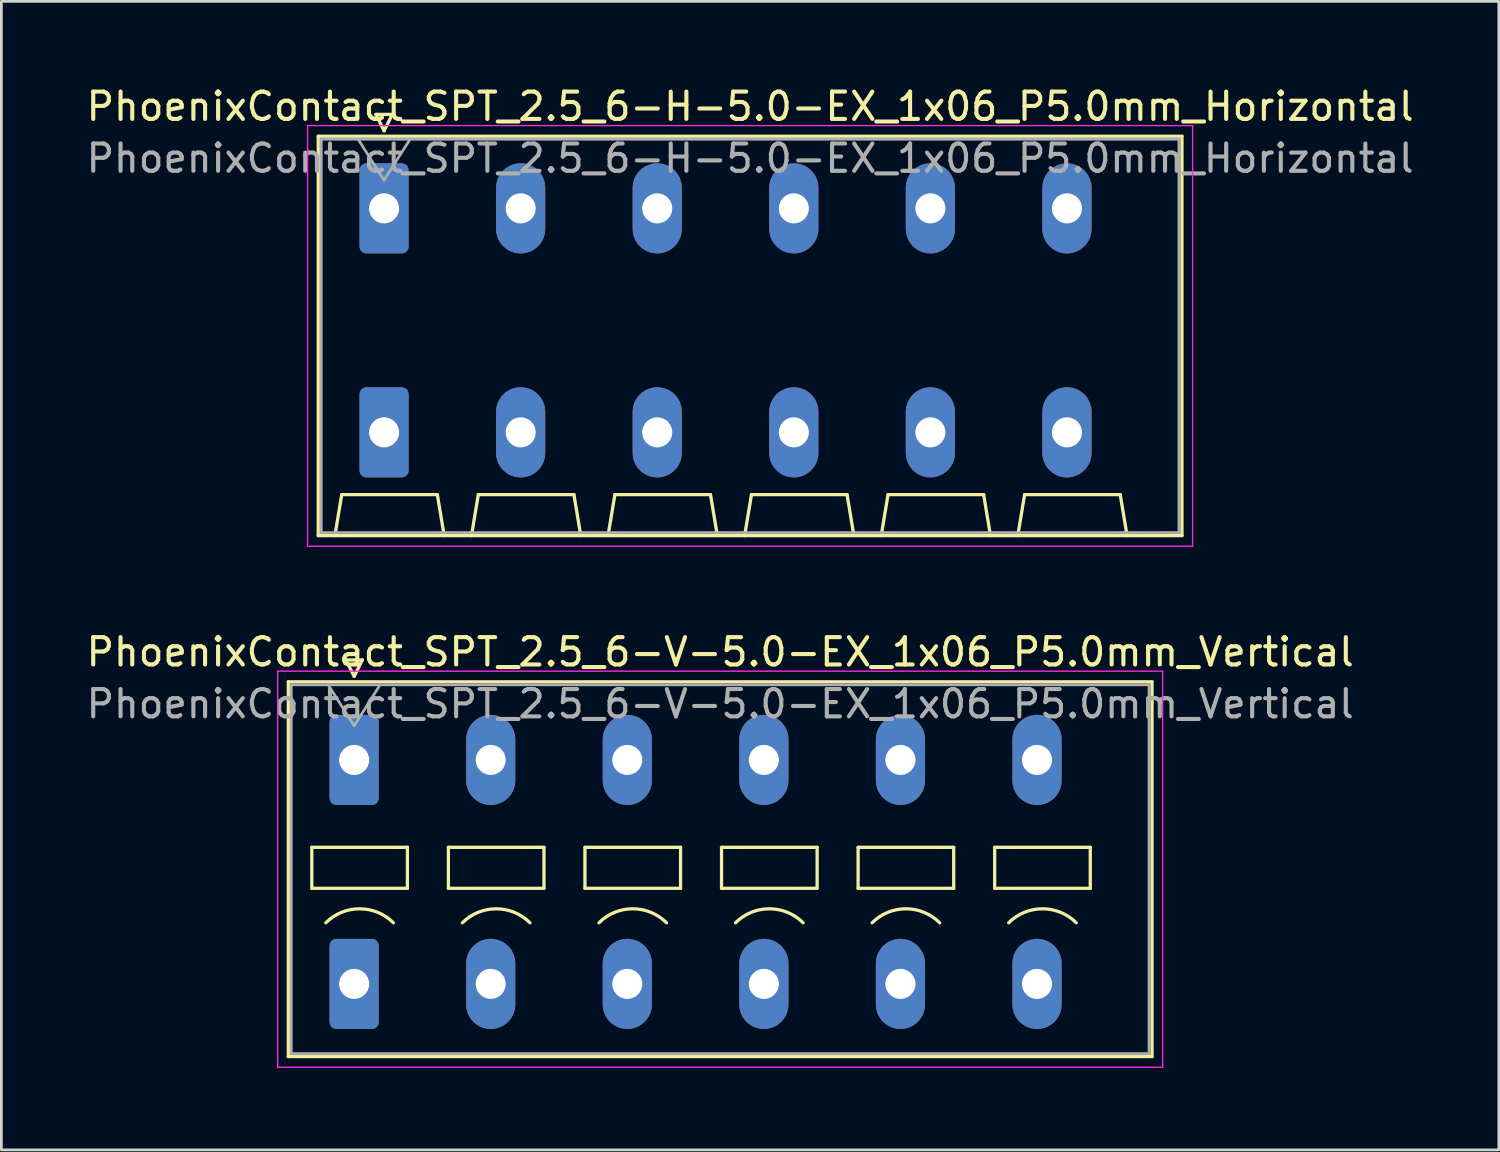
<source format=kicad_pcb>
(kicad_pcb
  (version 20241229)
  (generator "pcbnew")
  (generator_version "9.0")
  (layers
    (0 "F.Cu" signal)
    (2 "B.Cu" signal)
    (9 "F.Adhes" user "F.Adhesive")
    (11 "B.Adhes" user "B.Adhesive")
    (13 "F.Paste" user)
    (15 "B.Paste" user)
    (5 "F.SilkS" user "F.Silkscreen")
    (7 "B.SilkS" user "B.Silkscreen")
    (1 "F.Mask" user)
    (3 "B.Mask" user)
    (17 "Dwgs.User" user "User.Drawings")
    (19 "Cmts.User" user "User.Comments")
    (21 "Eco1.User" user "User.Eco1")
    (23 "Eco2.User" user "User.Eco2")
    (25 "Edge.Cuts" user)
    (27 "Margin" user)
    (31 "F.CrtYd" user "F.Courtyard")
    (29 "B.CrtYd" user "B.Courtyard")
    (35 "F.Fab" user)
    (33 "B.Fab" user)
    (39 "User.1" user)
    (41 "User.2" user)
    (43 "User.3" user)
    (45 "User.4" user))
  (footprint "PhoenixContact_SPT_2.5_6-H-5.0-EX_1x06_P5.0mm_Horizontal"
    (layer "F.Cu")
    (at 11.011 4.578)
    (property "Reference" "PhoenixContact_SPT_2.5_6-H-5.0-EX_1x06_P5.0mm_Horizontal" (at 13.4 -3.73 0) (layer "F.SilkS") (effects (font (size 1 1) (thickness 0.15))))
    (attr through_hole)
    (fp_line (start -2.41 -2.64) (end 29.21 -2.64) (stroke (width 0.12) (type solid)) (layer "F.SilkS"))
    (fp_line (start -2.41 11.98) (end -2.41 -2.64) (stroke (width 0.12) (type solid)) (layer "F.SilkS"))
    (fp_line (start -1.8 11.98) (end -1.55 10.48) (stroke (width 0.12) (type solid)) (layer "F.SilkS"))
    (fp_line (start -1.55 10.48) (end 1.95 10.48) (stroke (width 0.12) (type solid)) (layer "F.SilkS"))
    (fp_line (start -0.3 -3.44) (end 0 -2.84) (stroke (width 0.12) (type solid)) (layer "F.SilkS"))
    (fp_line (start -0.3 -3.44) (end 0.3 -3.44) (stroke (width 0.12) (type solid)) (layer "F.SilkS"))
    (fp_line (start 0.3 -3.44) (end 0 -2.84) (stroke (width 0.12) (type solid)) (layer "F.SilkS"))
    (fp_line (start 2.2 11.98) (end 1.95 10.48) (stroke (width 0.12) (type solid)) (layer "F.SilkS"))
    (fp_line (start 3.2 11.98) (end 3.45 10.48) (stroke (width 0.12) (type solid)) (layer "F.SilkS"))
    (fp_line (start 3.45 10.48) (end 6.95 10.48) (stroke (width 0.12) (type solid)) (layer "F.SilkS"))
    (fp_line (start 7.2 11.98) (end 6.95 10.48) (stroke (width 0.12) (type solid)) (layer "F.SilkS"))
    (fp_line (start 8.2 11.98) (end 8.45 10.48) (stroke (width 0.12) (type solid)) (layer "F.SilkS"))
    (fp_line (start 8.45 10.48) (end 11.95 10.48) (stroke (width 0.12) (type solid)) (layer "F.SilkS"))
    (fp_line (start 12.2 11.98) (end 11.95 10.48) (stroke (width 0.12) (type solid)) (layer "F.SilkS"))
    (fp_line (start 13.2 11.98) (end 13.45 10.48) (stroke (width 0.12) (type solid)) (layer "F.SilkS"))
    (fp_line (start 13.45 10.48) (end 16.95 10.48) (stroke (width 0.12) (type solid)) (layer "F.SilkS"))
    (fp_line (start 17.2 11.98) (end 16.95 10.48) (stroke (width 0.12) (type solid)) (layer "F.SilkS"))
    (fp_line (start 18.2 11.98) (end 18.45 10.48) (stroke (width 0.12) (type solid)) (layer "F.SilkS"))
    (fp_line (start 18.45 10.48) (end 21.95 10.48) (stroke (width 0.12) (type solid)) (layer "F.SilkS"))
    (fp_line (start 22.2 11.98) (end 21.95 10.48) (stroke (width 0.12) (type solid)) (layer "F.SilkS"))
    (fp_line (start 23.2 11.98) (end 23.45 10.48) (stroke (width 0.12) (type solid)) (layer "F.SilkS"))
    (fp_line (start 23.45 10.48) (end 26.95 10.48) (stroke (width 0.12) (type solid)) (layer "F.SilkS"))
    (fp_line (start 27.2 11.98) (end 26.95 10.48) (stroke (width 0.12) (type solid)) (layer "F.SilkS"))
    (fp_line (start 29.21 -2.64) (end 29.21 11.98) (stroke (width 0.12) (type solid)) (layer "F.SilkS"))
    (fp_line (start 29.21 11.98) (end -2.41 11.98) (stroke (width 0.12) (type solid)) (layer "F.SilkS"))
    (fp_line (start -2.8 -3.03) (end -2.8 12.37) (stroke (width 0.05) (type solid)) (layer "F.CrtYd"))
    (fp_line (start -2.8 12.37) (end 29.6 12.37) (stroke (width 0.05) (type solid)) (layer "F.CrtYd"))
    (fp_line (start 29.6 -3.03) (end -2.8 -3.03) (stroke (width 0.05) (type solid)) (layer "F.CrtYd"))
    (fp_line (start 29.6 12.37) (end 29.6 -3.03) (stroke (width 0.05) (type solid)) (layer "F.CrtYd"))
    (fp_line (start -2.3 -2.53) (end -2.3 11.87) (stroke (width 0.1) (type solid)) (layer "F.Fab"))
    (fp_line (start -2.3 11.87) (end 29.1 11.87) (stroke (width 0.1) (type solid)) (layer "F.Fab"))
    (fp_line (start -0.95 -2.53) (end 0 -1.03) (stroke (width 0.1) (type solid)) (layer "F.Fab"))
    (fp_line (start 0.95 -2.53) (end 0 -1.03) (stroke (width 0.1) (type solid)) (layer "F.Fab"))
    (fp_line (start 29.1 -2.53) (end -2.3 -2.53) (stroke (width 0.1) (type solid)) (layer "F.Fab"))
    (fp_line (start 29.1 11.87) (end 29.1 -2.53) (stroke (width 0.1) (type solid)) (layer "F.Fab"))
    (fp_text user "${REFERENCE}" (at 13.4 -1.83 0) (layer "F.Fab") (effects (font (size 1 1) (thickness 0.15))))
    (pad "1" thru_hole roundrect (at 0 0) (size 1.8 3.3) (drill 1.1) (layers "*.Cu" "*.Mask") (roundrect_rratio 0.139))
    (pad "1" thru_hole roundrect (at 0 8.2) (size 1.8 3.3) (drill 1.1) (layers "*.Cu" "*.Mask") (roundrect_rratio 0.139))
    (pad "2" thru_hole oval (at 5 0) (size 1.8 3.3) (drill 1.1) (layers "*.Cu" "*.Mask"))
    (pad "2" thru_hole oval (at 5 8.2) (size 1.8 3.3) (drill 1.1) (layers "*.Cu" "*.Mask"))
    (pad "3" thru_hole oval (at 10 0) (size 1.8 3.3) (drill 1.1) (layers "*.Cu" "*.Mask"))
    (pad "3" thru_hole oval (at 10 8.2) (size 1.8 3.3) (drill 1.1) (layers "*.Cu" "*.Mask"))
    (pad "4" thru_hole oval (at 15 0) (size 1.8 3.3) (drill 1.1) (layers "*.Cu" "*.Mask"))
    (pad "4" thru_hole oval (at 15 8.2) (size 1.8 3.3) (drill 1.1) (layers "*.Cu" "*.Mask"))
    (pad "5" thru_hole oval (at 20 0) (size 1.8 3.3) (drill 1.1) (layers "*.Cu" "*.Mask"))
    (pad "5" thru_hole oval (at 20 8.2) (size 1.8 3.3) (drill 1.1) (layers "*.Cu" "*.Mask"))
    (pad "6" thru_hole oval (at 25 0) (size 1.8 3.3) (drill 1.1) (layers "*.Cu" "*.Mask"))
    (pad "6" thru_hole oval (at 25 8.2) (size 1.8 3.3) (drill 1.1) (layers "*.Cu" "*.Mask")))
  (footprint "PhoenixContact_SPT_2.5_6-V-5.0-EX_1x06_P5.0mm_Vertical"
    (layer "F.Cu")
    (at 9.915 24.771)
    (property "Reference" "PhoenixContact_SPT_2.5_6-V-5.0-EX_1x06_P5.0mm_Vertical" (at 13.4 -3.95 0) (layer "F.SilkS") (effects (font (size 1 1) (thickness 0.15))))
    (attr through_hole)
    (fp_line (start -2.41 -2.86) (end 29.21 -2.86) (stroke (width 0.12) (type solid)) (layer "F.SilkS"))
    (fp_line (start -2.41 10.86) (end -2.41 -2.86) (stroke (width 0.12) (type solid)) (layer "F.SilkS"))
    (fp_line (start -1.55 3.2) (end -1.55 4.7) (stroke (width 0.12) (type solid)) (layer "F.SilkS"))
    (fp_line (start -1.55 4.7) (end 1.95 4.7) (stroke (width 0.12) (type solid)) (layer "F.SilkS"))
    (fp_line (start -0.3 -3.66) (end 0 -3.06) (stroke (width 0.12) (type solid)) (layer "F.SilkS"))
    (fp_line (start -0.3 -3.66) (end 0.3 -3.66) (stroke (width 0.12) (type solid)) (layer "F.SilkS"))
    (fp_line (start 0.3 -3.66) (end 0 -3.06) (stroke (width 0.12) (type solid)) (layer "F.SilkS"))
    (fp_line (start 1.95 3.2) (end -1.55 3.2) (stroke (width 0.12) (type solid)) (layer "F.SilkS"))
    (fp_line (start 1.95 4.7) (end 1.95 3.2) (stroke (width 0.12) (type solid)) (layer "F.SilkS"))
    (fp_line (start 3.45 3.2) (end 3.45 4.7) (stroke (width 0.12) (type solid)) (layer "F.SilkS"))
    (fp_line (start 3.45 4.7) (end 6.95 4.7) (stroke (width 0.12) (type solid)) (layer "F.SilkS"))
    (fp_line (start 6.95 3.2) (end 3.45 3.2) (stroke (width 0.12) (type solid)) (layer "F.SilkS"))
    (fp_line (start 6.95 4.7) (end 6.95 3.2) (stroke (width 0.12) (type solid)) (layer "F.SilkS"))
    (fp_line (start 8.45 3.2) (end 8.45 4.7) (stroke (width 0.12) (type solid)) (layer "F.SilkS"))
    (fp_line (start 8.45 4.7) (end 11.95 4.7) (stroke (width 0.12) (type solid)) (layer "F.SilkS"))
    (fp_line (start 11.95 3.2) (end 8.45 3.2) (stroke (width 0.12) (type solid)) (layer "F.SilkS"))
    (fp_line (start 11.95 4.7) (end 11.95 3.2) (stroke (width 0.12) (type solid)) (layer "F.SilkS"))
    (fp_line (start 13.45 3.2) (end 13.45 4.7) (stroke (width 0.12) (type solid)) (layer "F.SilkS"))
    (fp_line (start 13.45 4.7) (end 16.95 4.7) (stroke (width 0.12) (type solid)) (layer "F.SilkS"))
    (fp_line (start 16.95 3.2) (end 13.45 3.2) (stroke (width 0.12) (type solid)) (layer "F.SilkS"))
    (fp_line (start 16.95 4.7) (end 16.95 3.2) (stroke (width 0.12) (type solid)) (layer "F.SilkS"))
    (fp_line (start 18.45 3.2) (end 18.45 4.7) (stroke (width 0.12) (type solid)) (layer "F.SilkS"))
    (fp_line (start 18.45 4.7) (end 21.95 4.7) (stroke (width 0.12) (type solid)) (layer "F.SilkS"))
    (fp_line (start 21.95 3.2) (end 18.45 3.2) (stroke (width 0.12) (type solid)) (layer "F.SilkS"))
    (fp_line (start 21.95 4.7) (end 21.95 3.2) (stroke (width 0.12) (type solid)) (layer "F.SilkS"))
    (fp_line (start 23.45 3.2) (end 23.45 4.7) (stroke (width 0.12) (type solid)) (layer "F.SilkS"))
    (fp_line (start 23.45 4.7) (end 26.95 4.7) (stroke (width 0.12) (type solid)) (layer "F.SilkS"))
    (fp_line (start 26.95 3.2) (end 23.45 3.2) (stroke (width 0.12) (type solid)) (layer "F.SilkS"))
    (fp_line (start 26.95 4.7) (end 26.95 3.2) (stroke (width 0.12) (type solid)) (layer "F.SilkS"))
    (fp_line (start 29.21 -2.86) (end 29.21 10.86) (stroke (width 0.12) (type solid)) (layer "F.SilkS"))
    (fp_line (start 29.21 10.86) (end -2.41 10.86) (stroke (width 0.12) (type solid)) (layer "F.SilkS"))
    (fp_arc (start -1.037437 5.962563) (mid 0.2 5.45) (end 1.437437 5.962563) (stroke (width 0.12) (type solid)) (layer "F.SilkS"))
    (fp_arc (start 3.962563 5.962563) (mid 5.2 5.45) (end 6.437437 5.962563) (stroke (width 0.12) (type solid)) (layer "F.SilkS"))
    (fp_arc (start 8.962563 5.962563) (mid 10.2 5.45) (end 11.437437 5.962563) (stroke (width 0.12) (type solid)) (layer "F.SilkS"))
    (fp_arc (start 13.962563 5.962563) (mid 15.2 5.45) (end 16.437437 5.962563) (stroke (width 0.12) (type solid)) (layer "F.SilkS"))
    (fp_arc (start 18.962563 5.962563) (mid 20.2 5.45) (end 21.437437 5.962563) (stroke (width 0.12) (type solid)) (layer "F.SilkS"))
    (fp_arc (start 23.962563 5.962563) (mid 25.2 5.45) (end 26.437437 5.962563) (stroke (width 0.12) (type solid)) (layer "F.SilkS"))
    (fp_line (start -2.8 -3.25) (end -2.8 11.25) (stroke (width 0.05) (type solid)) (layer "F.CrtYd"))
    (fp_line (start -2.8 11.25) (end 29.6 11.25) (stroke (width 0.05) (type solid)) (layer "F.CrtYd"))
    (fp_line (start 29.6 -3.25) (end -2.8 -3.25) (stroke (width 0.05) (type solid)) (layer "F.CrtYd"))
    (fp_line (start 29.6 11.25) (end 29.6 -3.25) (stroke (width 0.05) (type solid)) (layer "F.CrtYd"))
    (fp_line (start -2.3 -2.75) (end -2.3 10.75) (stroke (width 0.1) (type solid)) (layer "F.Fab"))
    (fp_line (start -2.3 10.75) (end 29.1 10.75) (stroke (width 0.1) (type solid)) (layer "F.Fab"))
    (fp_line (start -0.95 -2.75) (end 0 -1.25) (stroke (width 0.1) (type solid)) (layer "F.Fab"))
    (fp_line (start 0.95 -2.75) (end 0 -1.25) (stroke (width 0.1) (type solid)) (layer "F.Fab"))
    (fp_line (start 29.1 -2.75) (end -2.3 -2.75) (stroke (width 0.1) (type solid)) (layer "F.Fab"))
    (fp_line (start 29.1 10.75) (end 29.1 -2.75) (stroke (width 0.1) (type solid)) (layer "F.Fab"))
    (fp_text user "${REFERENCE}" (at 13.4 -2.05 0) (layer "F.Fab") (effects (font (size 1 1) (thickness 0.15))))
    (pad "1" thru_hole roundrect (at 0 0) (size 1.8 3.3) (drill 1.1) (layers "*.Cu" "*.Mask") (roundrect_rratio 0.139))
    (pad "1" thru_hole roundrect (at 0 8.2) (size 1.8 3.3) (drill 1.1) (layers "*.Cu" "*.Mask") (roundrect_rratio 0.139))
    (pad "2" thru_hole oval (at 5 0) (size 1.8 3.3) (drill 1.1) (layers "*.Cu" "*.Mask"))
    (pad "2" thru_hole oval (at 5 8.2) (size 1.8 3.3) (drill 1.1) (layers "*.Cu" "*.Mask"))
    (pad "3" thru_hole oval (at 10 0) (size 1.8 3.3) (drill 1.1) (layers "*.Cu" "*.Mask"))
    (pad "3" thru_hole oval (at 10 8.2) (size 1.8 3.3) (drill 1.1) (layers "*.Cu" "*.Mask"))
    (pad "4" thru_hole oval (at 15 0) (size 1.8 3.3) (drill 1.1) (layers "*.Cu" "*.Mask"))
    (pad "4" thru_hole oval (at 15 8.2) (size 1.8 3.3) (drill 1.1) (layers "*.Cu" "*.Mask"))
    (pad "5" thru_hole oval (at 20 0) (size 1.8 3.3) (drill 1.1) (layers "*.Cu" "*.Mask"))
    (pad "5" thru_hole oval (at 20 8.2) (size 1.8 3.3) (drill 1.1) (layers "*.Cu" "*.Mask"))
    (pad "6" thru_hole oval (at 25 0) (size 1.8 3.3) (drill 1.1) (layers "*.Cu" "*.Mask"))
    (pad "6" thru_hole oval (at 25 8.2) (size 1.8 3.3) (drill 1.1) (layers "*.Cu" "*.Mask")))
  (gr_rect
    (start -3 -3)
    (end 51.821 39.047)
    (stroke (width 0.1) (type default))
    (fill no)
    (layer "Edge.Cuts")))
</source>
